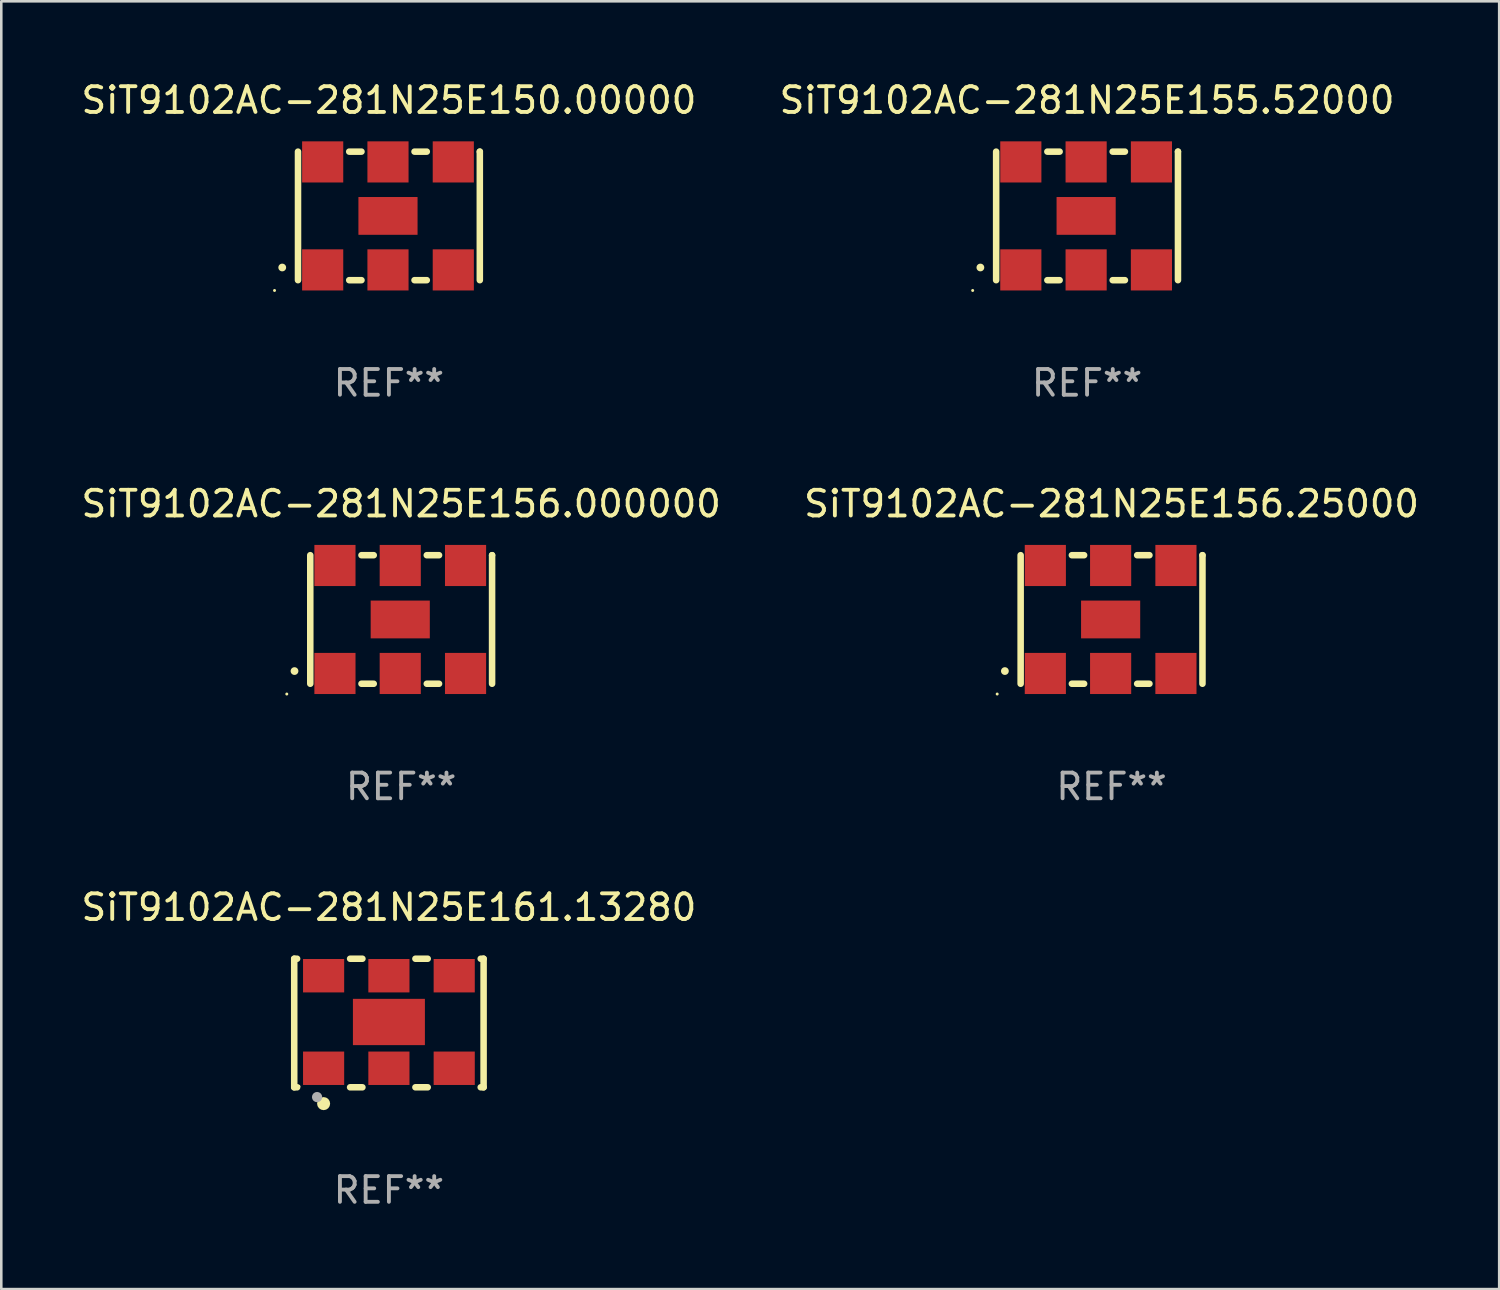
<source format=kicad_pcb>
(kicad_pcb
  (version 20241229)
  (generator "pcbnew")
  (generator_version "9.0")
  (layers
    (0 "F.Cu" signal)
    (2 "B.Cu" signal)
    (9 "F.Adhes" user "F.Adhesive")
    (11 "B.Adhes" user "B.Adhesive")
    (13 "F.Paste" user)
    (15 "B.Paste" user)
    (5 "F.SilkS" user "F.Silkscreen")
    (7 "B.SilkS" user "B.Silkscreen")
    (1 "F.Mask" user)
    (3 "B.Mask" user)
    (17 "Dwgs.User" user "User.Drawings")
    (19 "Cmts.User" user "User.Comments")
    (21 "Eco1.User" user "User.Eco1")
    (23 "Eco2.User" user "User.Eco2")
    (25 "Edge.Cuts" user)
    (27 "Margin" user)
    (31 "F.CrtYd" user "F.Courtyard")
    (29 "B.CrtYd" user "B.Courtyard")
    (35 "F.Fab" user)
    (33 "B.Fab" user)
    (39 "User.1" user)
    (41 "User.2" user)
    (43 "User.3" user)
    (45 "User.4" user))
  (footprint "SiT9102AC-281N25E155.52000"
    (layer "F.Cu")
    (at 39.232 5.348)
    (property "Reference" "SiT9102AC-281N25E155.52000" (at 0 -4.5 0) (layer "F.SilkS") (effects (font (size 1 1) (thickness 0.15))))
    (attr through_hole)
    (fp_line (start -3.536 -2.5) (end -3.536 2.5) (stroke (width 0.254) (type solid)) (layer "F.SilkS"))
    (fp_line (start -1.544 2.5) (end -1.067 2.5) (stroke (width 0.254) (type solid)) (layer "F.SilkS"))
    (fp_line (start -1.067 -2.5) (end -1.544 -2.5) (stroke (width 0.254) (type solid)) (layer "F.SilkS"))
    (fp_line (start 0.996 2.5) (end 1.473 2.5) (stroke (width 0.254) (type solid)) (layer "F.SilkS"))
    (fp_line (start 1.473 -2.5) (end 0.996 -2.5) (stroke (width 0.254) (type solid)) (layer "F.SilkS"))
    (fp_line (start 3.536 -2.5) (end 3.536 -2.5) (stroke (width 0.254) (type solid)) (layer "F.SilkS"))
    (fp_line (start 3.536 2.5) (end 3.536 -2.5) (stroke (width 0.254) (type solid)) (layer "F.SilkS"))
    (fp_arc (start -4.150432 2.006604) (mid -4.149162 2.006599) (end -4.147892 2.006604) (stroke (width 0.3) (type solid)) (layer "F.SilkS"))
    (fp_circle (center -4.449 2.9) (end -4.419 2.9) (stroke (width 0.06) (type solid)) (fill no) (layer "F.SilkS"))
    (fp_text user "REF**" (at 0 6.5 0) (layer "F.Fab") (effects (font (size 1 1) (thickness 0.15))))
    (pad "1" smd rect (at -2.576 2.1) (size 1.6 1.6) (layers "F.Cu" "F.Mask" "F.Paste"))
    (pad "2" smd rect (at -0.036 2.1) (size 1.6 1.6) (layers "F.Cu" "F.Mask" "F.Paste"))
    (pad "3" smd rect (at 2.504 2.1) (size 1.6 1.6) (layers "F.Cu" "F.Mask" "F.Paste"))
    (pad "4" smd rect (at 2.504 -2.1) (size 1.6 1.6) (layers "F.Cu" "F.Mask" "F.Paste"))
    (pad "5" smd rect (at -0.036 -2.1) (size 1.6 1.6) (layers "F.Cu" "F.Mask" "F.Paste"))
    (pad "6" smd rect (at -2.576 -2.1) (size 1.6 1.6) (layers "F.Cu" "F.Mask" "F.Paste"))
    (pad "7" smd rect (at -0.036 0) (size 2.3 1.47) (layers "F.Cu" "F.Mask" "F.Paste")))
  (footprint "SiT9102AC-281N25E150.00000"
    (layer "F.Cu")
    (at 12.077 5.348)
    (property "Reference" "SiT9102AC-281N25E150.00000" (at 0 -4.5 0) (layer "F.SilkS") (effects (font (size 1 1) (thickness 0.15))))
    (attr through_hole)
    (fp_line (start -3.536 -2.5) (end -3.536 2.5) (stroke (width 0.254) (type solid)) (layer "F.SilkS"))
    (fp_line (start -1.544 2.5) (end -1.067 2.5) (stroke (width 0.254) (type solid)) (layer "F.SilkS"))
    (fp_line (start -1.067 -2.5) (end -1.544 -2.5) (stroke (width 0.254) (type solid)) (layer "F.SilkS"))
    (fp_line (start 0.996 2.5) (end 1.473 2.5) (stroke (width 0.254) (type solid)) (layer "F.SilkS"))
    (fp_line (start 1.473 -2.5) (end 0.996 -2.5) (stroke (width 0.254) (type solid)) (layer "F.SilkS"))
    (fp_line (start 3.536 -2.5) (end 3.536 -2.5) (stroke (width 0.254) (type solid)) (layer "F.SilkS"))
    (fp_line (start 3.536 2.5) (end 3.536 -2.5) (stroke (width 0.254) (type solid)) (layer "F.SilkS"))
    (fp_arc (start -4.150432 2.006604) (mid -4.149162 2.006599) (end -4.147892 2.006604) (stroke (width 0.3) (type solid)) (layer "F.SilkS"))
    (fp_circle (center -4.449 2.9) (end -4.419 2.9) (stroke (width 0.06) (type solid)) (fill no) (layer "F.SilkS"))
    (fp_text user "REF**" (at 0 6.5 0) (layer "F.Fab") (effects (font (size 1 1) (thickness 0.15))))
    (pad "1" smd rect (at -2.576 2.1) (size 1.6 1.6) (layers "F.Cu" "F.Mask" "F.Paste"))
    (pad "2" smd rect (at -0.036 2.1) (size 1.6 1.6) (layers "F.Cu" "F.Mask" "F.Paste"))
    (pad "3" smd rect (at 2.504 2.1) (size 1.6 1.6) (layers "F.Cu" "F.Mask" "F.Paste"))
    (pad "4" smd rect (at 2.504 -2.1) (size 1.6 1.6) (layers "F.Cu" "F.Mask" "F.Paste"))
    (pad "5" smd rect (at -0.036 -2.1) (size 1.6 1.6) (layers "F.Cu" "F.Mask" "F.Paste"))
    (pad "6" smd rect (at -2.576 -2.1) (size 1.6 1.6) (layers "F.Cu" "F.Mask" "F.Paste"))
    (pad "7" smd rect (at -0.036 0) (size 2.3 1.47) (layers "F.Cu" "F.Mask" "F.Paste")))
  (footprint "SiT9102AC-281N25E156.000000"
    (layer "F.Cu")
    (at 12.554 21.045)
    (property "Reference" "SiT9102AC-281N25E156.000000" (at 0 -4.5 0) (layer "F.SilkS") (effects (font (size 1 1) (thickness 0.15))))
    (attr through_hole)
    (fp_line (start -3.536 -2.5) (end -3.536 2.5) (stroke (width 0.254) (type solid)) (layer "F.SilkS"))
    (fp_line (start -1.544 2.5) (end -1.067 2.5) (stroke (width 0.254) (type solid)) (layer "F.SilkS"))
    (fp_line (start -1.067 -2.5) (end -1.544 -2.5) (stroke (width 0.254) (type solid)) (layer "F.SilkS"))
    (fp_line (start 0.996 2.5) (end 1.473 2.5) (stroke (width 0.254) (type solid)) (layer "F.SilkS"))
    (fp_line (start 1.473 -2.5) (end 0.996 -2.5) (stroke (width 0.254) (type solid)) (layer "F.SilkS"))
    (fp_line (start 3.536 -2.5) (end 3.536 -2.5) (stroke (width 0.254) (type solid)) (layer "F.SilkS"))
    (fp_line (start 3.536 2.5) (end 3.536 -2.5) (stroke (width 0.254) (type solid)) (layer "F.SilkS"))
    (fp_arc (start -4.150432 2.006604) (mid -4.149162 2.006599) (end -4.147892 2.006604) (stroke (width 0.3) (type solid)) (layer "F.SilkS"))
    (fp_circle (center -4.449 2.9) (end -4.419 2.9) (stroke (width 0.06) (type solid)) (fill no) (layer "F.SilkS"))
    (fp_text user "REF**" (at 0 6.5 0) (layer "F.Fab") (effects (font (size 1 1) (thickness 0.15))))
    (pad "1" smd rect (at -2.576 2.1) (size 1.6 1.6) (layers "F.Cu" "F.Mask" "F.Paste"))
    (pad "2" smd rect (at -0.036 2.1) (size 1.6 1.6) (layers "F.Cu" "F.Mask" "F.Paste"))
    (pad "3" smd rect (at 2.504 2.1) (size 1.6 1.6) (layers "F.Cu" "F.Mask" "F.Paste"))
    (pad "4" smd rect (at 2.504 -2.1) (size 1.6 1.6) (layers "F.Cu" "F.Mask" "F.Paste"))
    (pad "5" smd rect (at -0.036 -2.1) (size 1.6 1.6) (layers "F.Cu" "F.Mask" "F.Paste"))
    (pad "6" smd rect (at -2.576 -2.1) (size 1.6 1.6) (layers "F.Cu" "F.Mask" "F.Paste"))
    (pad "7" smd rect (at -0.036 0) (size 2.3 1.47) (layers "F.Cu" "F.Mask" "F.Paste")))
  (footprint "SiT9102AC-281N25E161.13280"
    (layer "F.Cu")
    (at 12.077 36.741)
    (property "Reference" "SiT9102AC-281N25E161.13280" (at 0 -4.5 0) (layer "F.SilkS") (effects (font (size 1 1) (thickness 0.15))))
    (attr through_hole)
    (fp_line (start -3.683 -2.5) (end -3.571 -2.5) (stroke (width 0.254) (type solid)) (layer "F.SilkS"))
    (fp_line (start -3.683 2.5) (end -3.683 -2.5) (stroke (width 0.254) (type solid)) (layer "F.SilkS"))
    (fp_line (start -3.683 2.5) (end -3.571 2.5) (stroke (width 0.254) (type solid)) (layer "F.SilkS"))
    (fp_line (start -1.509 -2.5) (end -1.031 -2.5) (stroke (width 0.254) (type solid)) (layer "F.SilkS"))
    (fp_line (start -1.509 2.5) (end -1.031 2.5) (stroke (width 0.254) (type solid)) (layer "F.SilkS"))
    (fp_line (start 1.031 -2.5) (end 1.509 -2.5) (stroke (width 0.254) (type solid)) (layer "F.SilkS"))
    (fp_line (start 1.031 2.5) (end 1.509 2.5) (stroke (width 0.254) (type solid)) (layer "F.SilkS"))
    (fp_line (start 3.571 -2.5) (end 3.683 -2.5) (stroke (width 0.254) (type solid)) (layer "F.SilkS"))
    (fp_line (start 3.571 2.5) (end 3.683 2.5) (stroke (width 0.254) (type solid)) (layer "F.SilkS"))
    (fp_line (start 3.683 2.5) (end 3.683 -2.5) (stroke (width 0.254) (type solid)) (layer "F.SilkS"))
    (fp_circle (center -3.5 2.46) (end -3.47 2.46) (stroke (width 0.06) (type solid)) (fill no) (layer "F.SilkS"))
    (fp_circle (center -2.54 3.135) (end -2.413 3.135) (stroke (width 0.254) (type solid)) (fill no) (layer "F.SilkS"))
    (fp_circle (center -2.794 2.881) (end -2.694 2.881) (stroke (width 0.2) (type solid)) (fill no) (layer "F.Fab"))
    (fp_text user "REF**" (at 0 6.5 0) (layer "F.Fab") (effects (font (size 1 1) (thickness 0.15))))
    (pad "1" smd rect (at -2.54 1.76) (size 1.6 1.3) (layers "F.Cu" "F.Mask" "F.Paste"))
    (pad "2" smd rect (at 0 1.76) (size 1.6 1.3) (layers "F.Cu" "F.Mask" "F.Paste"))
    (pad "3" smd rect (at 2.54 1.76) (size 1.6 1.3) (layers "F.Cu" "F.Mask" "F.Paste"))
    (pad "4" smd rect (at 2.54 -1.84) (size 1.6 1.3) (layers "F.Cu" "F.Mask" "F.Paste"))
    (pad "5" smd rect (at 0 -1.84) (size 1.6 1.3) (layers "F.Cu" "F.Mask" "F.Paste"))
    (pad "6" smd rect (at -2.54 -1.84) (size 1.6 1.3) (layers "F.Cu" "F.Mask" "F.Paste"))
    (pad "7" smd rect (at 0 -0.04) (size 2.8 1.8) (layers "F.Cu" "F.Mask" "F.Paste")))
  (footprint "SiT9102AC-281N25E156.25000"
    (layer "F.Cu")
    (at 40.185 21.045)
    (property "Reference" "SiT9102AC-281N25E156.25000" (at 0 -4.5 0) (layer "F.SilkS") (effects (font (size 1 1) (thickness 0.15))))
    (attr through_hole)
    (fp_line (start -3.536 -2.5) (end -3.536 2.5) (stroke (width 0.254) (type solid)) (layer "F.SilkS"))
    (fp_line (start -1.544 2.5) (end -1.067 2.5) (stroke (width 0.254) (type solid)) (layer "F.SilkS"))
    (fp_line (start -1.067 -2.5) (end -1.544 -2.5) (stroke (width 0.254) (type solid)) (layer "F.SilkS"))
    (fp_line (start 0.996 2.5) (end 1.473 2.5) (stroke (width 0.254) (type solid)) (layer "F.SilkS"))
    (fp_line (start 1.473 -2.5) (end 0.996 -2.5) (stroke (width 0.254) (type solid)) (layer "F.SilkS"))
    (fp_line (start 3.536 -2.5) (end 3.536 -2.5) (stroke (width 0.254) (type solid)) (layer "F.SilkS"))
    (fp_line (start 3.536 2.5) (end 3.536 -2.5) (stroke (width 0.254) (type solid)) (layer "F.SilkS"))
    (fp_arc (start -4.150432 2.006604) (mid -4.149162 2.006599) (end -4.147892 2.006604) (stroke (width 0.3) (type solid)) (layer "F.SilkS"))
    (fp_circle (center -4.449 2.9) (end -4.419 2.9) (stroke (width 0.06) (type solid)) (fill no) (layer "F.SilkS"))
    (fp_text user "REF**" (at 0 6.5 0) (layer "F.Fab") (effects (font (size 1 1) (thickness 0.15))))
    (pad "1" smd rect (at -2.576 2.1) (size 1.6 1.6) (layers "F.Cu" "F.Mask" "F.Paste"))
    (pad "2" smd rect (at -0.036 2.1) (size 1.6 1.6) (layers "F.Cu" "F.Mask" "F.Paste"))
    (pad "3" smd rect (at 2.504 2.1) (size 1.6 1.6) (layers "F.Cu" "F.Mask" "F.Paste"))
    (pad "4" smd rect (at 2.504 -2.1) (size 1.6 1.6) (layers "F.Cu" "F.Mask" "F.Paste"))
    (pad "5" smd rect (at -0.036 -2.1) (size 1.6 1.6) (layers "F.Cu" "F.Mask" "F.Paste"))
    (pad "6" smd rect (at -2.576 -2.1) (size 1.6 1.6) (layers "F.Cu" "F.Mask" "F.Paste"))
    (pad "7" smd rect (at -0.036 0) (size 2.3 1.47) (layers "F.Cu" "F.Mask" "F.Paste")))
  (gr_rect
    (start -3 -3)
    (end 55.262 47.09)
    (stroke (width 0.1) (type default))
    (fill no)
    (layer "Edge.Cuts")))
</source>
